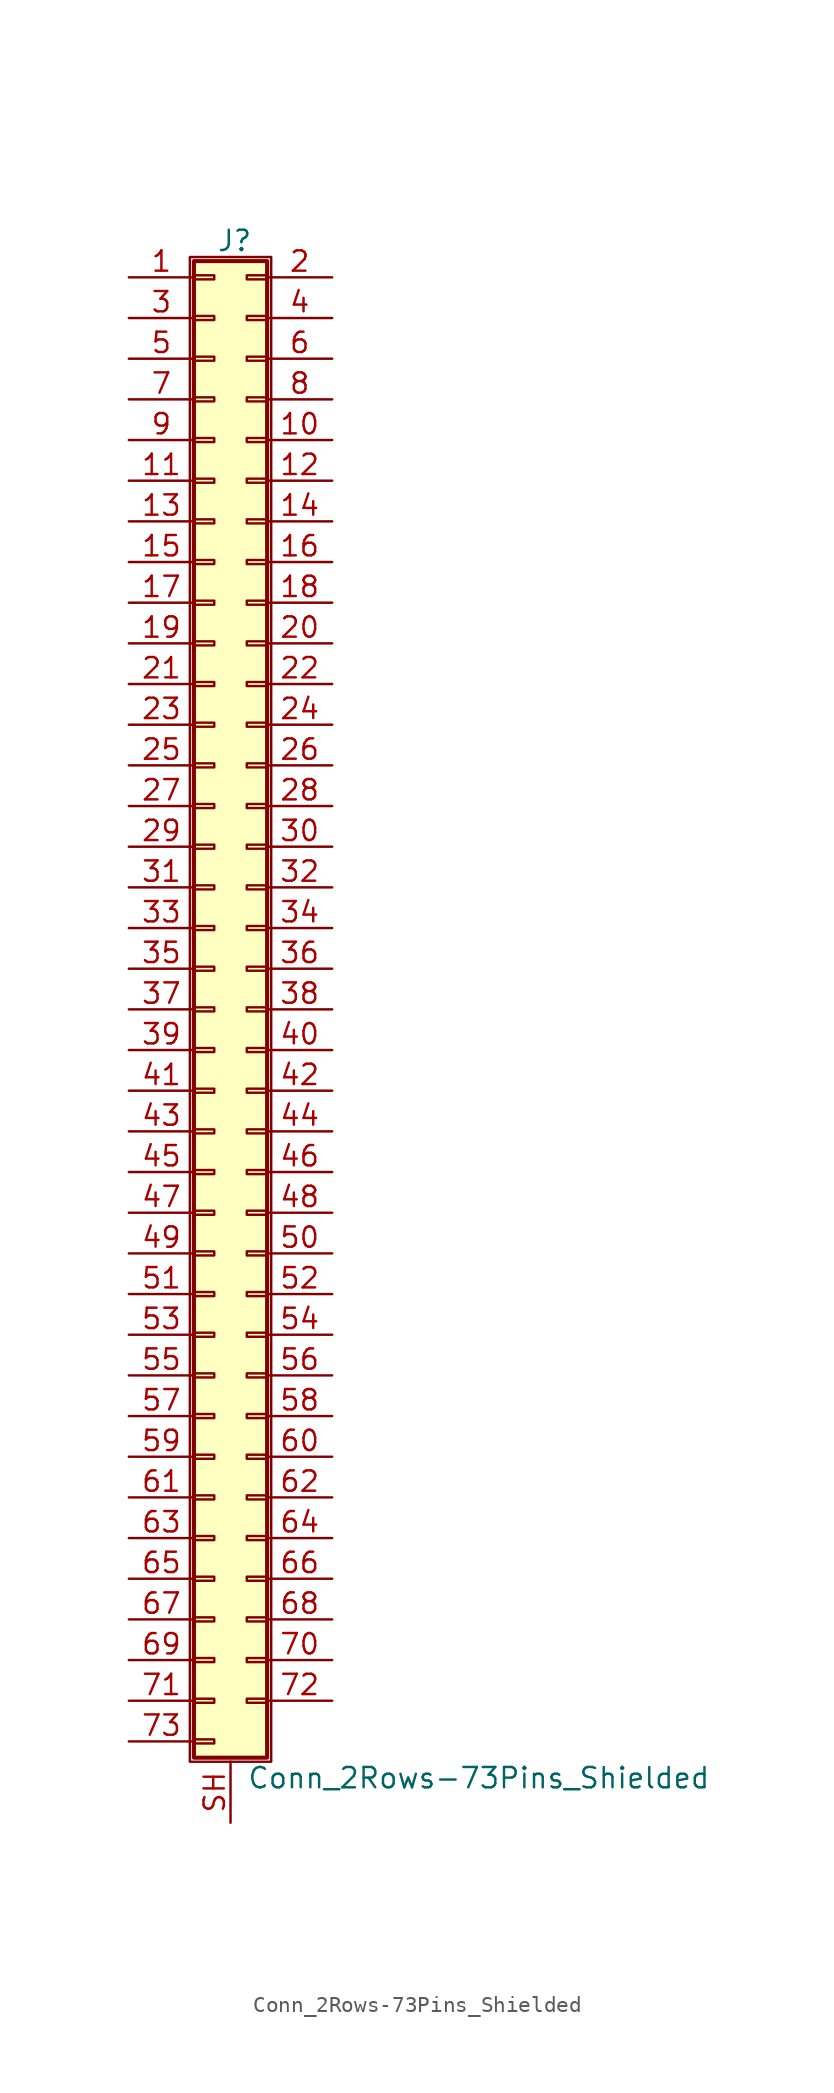
<source format=kicad_sym>
(kicad_symbol_lib
  (version 20211014)
  (generator kicad_symbol_editor)
  (symbol "Conn_2Rows-73Pins_Shielded"
    (pin_names
      (offset 1.016) hide)
    (property "Reference" "J"
      (at 1.524 48.006 0)
      (effects (font (size 1.27 1.27))))
    (property "Value" "Conn_2Rows-73Pins_Shielded"
      (at 2.286 -48.006 0)
      (effects (font (size 1.27 1.27)) (justify left)))
    (symbol "Conn_2Rows-73Pins_Shielded_1_1"
      (rectangle (start -1.27 46.99) (end 3.81 -46.99) (stroke (width 0.152) (type default) (color 0 0 0 0)) (fill (type none)))
      (rectangle (start -1.016 -45.593) (end 0.254 -45.847) (stroke (width 0.152) (type default) (color 0 0 0 0)) (fill (type none)))
      (rectangle (start -1.016 -43.053) (end 0.254 -43.307) (stroke (width 0.152) (type default) (color 0 0 0 0)) (fill (type none)))
      (rectangle (start -1.016 -40.513) (end 0.254 -40.767) (stroke (width 0.152) (type default) (color 0 0 0 0)) (fill (type none)))
      (rectangle (start -1.016 -37.973) (end 0.254 -38.227) (stroke (width 0.152) (type default) (color 0 0 0 0)) (fill (type none)))
      (rectangle (start -1.016 -35.433) (end 0.254 -35.687) (stroke (width 0.152) (type default) (color 0 0 0 0)) (fill (type none)))
      (rectangle (start -1.016 -32.893) (end 0.254 -33.147) (stroke (width 0.152) (type default) (color 0 0 0 0)) (fill (type none)))
      (rectangle (start -1.016 -30.353) (end 0.254 -30.607) (stroke (width 0.152) (type default) (color 0 0 0 0)) (fill (type none)))
      (rectangle (start -1.016 -27.813) (end 0.254 -28.067) (stroke (width 0.152) (type default) (color 0 0 0 0)) (fill (type none)))
      (rectangle (start -1.016 -25.273) (end 0.254 -25.527) (stroke (width 0.152) (type default) (color 0 0 0 0)) (fill (type none)))
      (rectangle (start -1.016 -22.733) (end 0.254 -22.987) (stroke (width 0.152) (type default) (color 0 0 0 0)) (fill (type none)))
      (rectangle (start -1.016 -20.193) (end 0.254 -20.447) (stroke (width 0.152) (type default) (color 0 0 0 0)) (fill (type none)))
      (rectangle (start -1.016 -17.653) (end 0.254 -17.907) (stroke (width 0.152) (type default) (color 0 0 0 0)) (fill (type none)))
      (rectangle (start -1.016 -15.113) (end 0.254 -15.367) (stroke (width 0.152) (type default) (color 0 0 0 0)) (fill (type none)))
      (rectangle (start -1.016 -12.573) (end 0.254 -12.827) (stroke (width 0.152) (type default) (color 0 0 0 0)) (fill (type none)))
      (rectangle (start -1.016 -10.033) (end 0.254 -10.287) (stroke (width 0.152) (type default) (color 0 0 0 0)) (fill (type none)))
      (rectangle (start -1.016 -7.493) (end 0.254 -7.747) (stroke (width 0.152) (type default) (color 0 0 0 0)) (fill (type none)))
      (rectangle (start -1.016 -4.953) (end 0.254 -5.207) (stroke (width 0.152) (type default) (color 0 0 0 0)) (fill (type none)))
      (rectangle (start -1.016 -2.413) (end 0.254 -2.667) (stroke (width 0.152) (type default) (color 0 0 0 0)) (fill (type none)))
      (rectangle (start -1.016 0.127) (end 0.254 -0.127) (stroke (width 0.152) (type default) (color 0 0 0 0)) (fill (type none)))
      (rectangle (start -1.016 2.667) (end 0.254 2.413) (stroke (width 0.152) (type default) (color 0 0 0 0)) (fill (type none)))
      (rectangle (start -1.016 5.207) (end 0.254 4.953) (stroke (width 0.152) (type default) (color 0 0 0 0)) (fill (type none)))
      (rectangle (start -1.016 7.747) (end 0.254 7.493) (stroke (width 0.152) (type default) (color 0 0 0 0)) (fill (type none)))
      (rectangle (start -1.016 10.287) (end 0.254 10.033) (stroke (width 0.152) (type default) (color 0 0 0 0)) (fill (type none)))
      (rectangle (start -1.016 12.827) (end 0.254 12.573) (stroke (width 0.152) (type default) (color 0 0 0 0)) (fill (type none)))
      (rectangle (start -1.016 15.367) (end 0.254 15.113) (stroke (width 0.152) (type default) (color 0 0 0 0)) (fill (type none)))
      (rectangle (start -1.016 17.907) (end 0.254 17.653) (stroke (width 0.152) (type default) (color 0 0 0 0)) (fill (type none)))
      (rectangle (start -1.016 20.447) (end 0.254 20.193) (stroke (width 0.152) (type default) (color 0 0 0 0)) (fill (type none)))
      (rectangle (start -1.016 22.987) (end 0.254 22.733) (stroke (width 0.152) (type default) (color 0 0 0 0)) (fill (type none)))
      (rectangle (start -1.016 25.527) (end 0.254 25.273) (stroke (width 0.152) (type default) (color 0 0 0 0)) (fill (type none)))
      (rectangle (start -1.016 28.067) (end 0.254 27.813) (stroke (width 0.152) (type default) (color 0 0 0 0)) (fill (type none)))
      (rectangle (start -1.016 30.607) (end 0.254 30.353) (stroke (width 0.152) (type default) (color 0 0 0 0)) (fill (type none)))
      (rectangle (start -1.016 33.147) (end 0.254 32.893) (stroke (width 0.152) (type default) (color 0 0 0 0)) (fill (type none)))
      (rectangle (start -1.016 35.687) (end 0.254 35.433) (stroke (width 0.152) (type default) (color 0 0 0 0)) (fill (type none)))
      (rectangle (start -1.016 38.227) (end 0.254 37.973) (stroke (width 0.152) (type default) (color 0 0 0 0)) (fill (type none)))
      (rectangle (start -1.016 40.767) (end 0.254 40.513) (stroke (width 0.152) (type default) (color 0 0 0 0)) (fill (type none)))
      (rectangle (start -1.016 43.307) (end 0.254 43.053) (stroke (width 0.152) (type default) (color 0 0 0 0)) (fill (type none)))
      (rectangle (start -1.016 45.847) (end 0.254 45.593) (stroke (width 0.152) (type default) (color 0 0 0 0)) (fill (type none)))
      (rectangle (start -1.016 46.736) (end 3.556 -46.736) (stroke (width 0.254) (type default) (color 0 0 0 0)) (fill (type background)))
      (rectangle (start 3.556 -43.053) (end 2.286 -43.307) (stroke (width 0.152) (type default) (color 0 0 0 0)) (fill (type none)))
      (rectangle (start 3.556 -40.513) (end 2.286 -40.767) (stroke (width 0.152) (type default) (color 0 0 0 0)) (fill (type none)))
      (rectangle (start 3.556 -37.973) (end 2.286 -38.227) (stroke (width 0.152) (type default) (color 0 0 0 0)) (fill (type none)))
      (rectangle (start 3.556 -35.433) (end 2.286 -35.687) (stroke (width 0.152) (type default) (color 0 0 0 0)) (fill (type none)))
      (rectangle (start 3.556 -32.893) (end 2.286 -33.147) (stroke (width 0.152) (type default) (color 0 0 0 0)) (fill (type none)))
      (rectangle (start 3.556 -30.353) (end 2.286 -30.607) (stroke (width 0.152) (type default) (color 0 0 0 0)) (fill (type none)))
      (rectangle (start 3.556 -27.813) (end 2.286 -28.067) (stroke (width 0.152) (type default) (color 0 0 0 0)) (fill (type none)))
      (rectangle (start 3.556 -25.273) (end 2.286 -25.527) (stroke (width 0.152) (type default) (color 0 0 0 0)) (fill (type none)))
      (rectangle (start 3.556 -22.733) (end 2.286 -22.987) (stroke (width 0.152) (type default) (color 0 0 0 0)) (fill (type none)))
      (rectangle (start 3.556 -20.193) (end 2.286 -20.447) (stroke (width 0.152) (type default) (color 0 0 0 0)) (fill (type none)))
      (rectangle (start 3.556 -17.653) (end 2.286 -17.907) (stroke (width 0.152) (type default) (color 0 0 0 0)) (fill (type none)))
      (rectangle (start 3.556 -15.113) (end 2.286 -15.367) (stroke (width 0.152) (type default) (color 0 0 0 0)) (fill (type none)))
      (rectangle (start 3.556 -12.573) (end 2.286 -12.827) (stroke (width 0.152) (type default) (color 0 0 0 0)) (fill (type none)))
      (rectangle (start 3.556 -10.033) (end 2.286 -10.287) (stroke (width 0.152) (type default) (color 0 0 0 0)) (fill (type none)))
      (rectangle (start 3.556 -7.493) (end 2.286 -7.747) (stroke (width 0.152) (type default) (color 0 0 0 0)) (fill (type none)))
      (rectangle (start 3.556 -4.953) (end 2.286 -5.207) (stroke (width 0.152) (type default) (color 0 0 0 0)) (fill (type none)))
      (rectangle (start 3.556 -2.413) (end 2.286 -2.667) (stroke (width 0.152) (type default) (color 0 0 0 0)) (fill (type none)))
      (rectangle (start 3.556 0.127) (end 2.286 -0.127) (stroke (width 0.152) (type default) (color 0 0 0 0)) (fill (type none)))
      (rectangle (start 3.556 2.667) (end 2.286 2.413) (stroke (width 0.152) (type default) (color 0 0 0 0)) (fill (type none)))
      (rectangle (start 3.556 5.207) (end 2.286 4.953) (stroke (width 0.152) (type default) (color 0 0 0 0)) (fill (type none)))
      (rectangle (start 3.556 7.747) (end 2.286 7.493) (stroke (width 0.152) (type default) (color 0 0 0 0)) (fill (type none)))
      (rectangle (start 3.556 10.287) (end 2.286 10.033) (stroke (width 0.152) (type default) (color 0 0 0 0)) (fill (type none)))
      (rectangle (start 3.556 12.827) (end 2.286 12.573) (stroke (width 0.152) (type default) (color 0 0 0 0)) (fill (type none)))
      (rectangle (start 3.556 15.367) (end 2.286 15.113) (stroke (width 0.152) (type default) (color 0 0 0 0)) (fill (type none)))
      (rectangle (start 3.556 17.907) (end 2.286 17.653) (stroke (width 0.152) (type default) (color 0 0 0 0)) (fill (type none)))
      (rectangle (start 3.556 20.447) (end 2.286 20.193) (stroke (width 0.152) (type default) (color 0 0 0 0)) (fill (type none)))
      (rectangle (start 3.556 22.987) (end 2.286 22.733) (stroke (width 0.152) (type default) (color 0 0 0 0)) (fill (type none)))
      (rectangle (start 3.556 25.527) (end 2.286 25.273) (stroke (width 0.152) (type default) (color 0 0 0 0)) (fill (type none)))
      (rectangle (start 3.556 28.067) (end 2.286 27.813) (stroke (width 0.152) (type default) (color 0 0 0 0)) (fill (type none)))
      (rectangle (start 3.556 30.607) (end 2.286 30.353) (stroke (width 0.152) (type default) (color 0 0 0 0)) (fill (type none)))
      (rectangle (start 3.556 33.147) (end 2.286 32.893) (stroke (width 0.152) (type default) (color 0 0 0 0)) (fill (type none)))
      (rectangle (start 3.556 35.687) (end 2.286 35.433) (stroke (width 0.152) (type default) (color 0 0 0 0)) (fill (type none)))
      (rectangle (start 3.556 38.227) (end 2.286 37.973) (stroke (width 0.152) (type default) (color 0 0 0 0)) (fill (type none)))
      (rectangle (start 3.556 40.767) (end 2.286 40.513) (stroke (width 0.152) (type default) (color 0 0 0 0)) (fill (type none)))
      (rectangle (start 3.556 43.307) (end 2.286 43.053) (stroke (width 0.152) (type default) (color 0 0 0 0)) (fill (type none)))
      (rectangle (start 3.556 45.847) (end 2.286 45.593) (stroke (width 0.152) (type default) (color 0 0 0 0)) (fill (type none)))
      (pin passive line (at -5.08 45.72 0) (length 4.064) (name "Pin_1" (effects (font (size 1.27 1.27)))) (number "1" (effects (font (size 1.27 1.27)))))
      (pin passive line (at 7.62 35.56 180) (length 4.064) (name "Pin_10" (effects (font (size 1.27 1.27)))) (number "10" (effects (font (size 1.27 1.27)))))
      (pin passive line (at -5.08 33.02 0) (length 4.064) (name "Pin_11" (effects (font (size 1.27 1.27)))) (number "11" (effects (font (size 1.27 1.27)))))
      (pin passive line (at 7.62 33.02 180) (length 4.064) (name "Pin_12" (effects (font (size 1.27 1.27)))) (number "12" (effects (font (size 1.27 1.27)))))
      (pin passive line (at -5.08 30.48 0) (length 4.064) (name "Pin_13" (effects (font (size 1.27 1.27)))) (number "13" (effects (font (size 1.27 1.27)))))
      (pin passive line (at 7.62 30.48 180) (length 4.064) (name "Pin_14" (effects (font (size 1.27 1.27)))) (number "14" (effects (font (size 1.27 1.27)))))
      (pin passive line (at -5.08 27.94 0) (length 4.064) (name "Pin_15" (effects (font (size 1.27 1.27)))) (number "15" (effects (font (size 1.27 1.27)))))
      (pin passive line (at 7.62 27.94 180) (length 4.064) (name "Pin_16" (effects (font (size 1.27 1.27)))) (number "16" (effects (font (size 1.27 1.27)))))
      (pin passive line (at -5.08 25.4 0) (length 4.064) (name "Pin_17" (effects (font (size 1.27 1.27)))) (number "17" (effects (font (size 1.27 1.27)))))
      (pin passive line (at 7.62 25.4 180) (length 4.064) (name "Pin_18" (effects (font (size 1.27 1.27)))) (number "18" (effects (font (size 1.27 1.27)))))
      (pin passive line (at -5.08 22.86 0) (length 4.064) (name "Pin_19" (effects (font (size 1.27 1.27)))) (number "19" (effects (font (size 1.27 1.27)))))
      (pin passive line (at 7.62 45.72 180) (length 4.064) (name "Pin_2" (effects (font (size 1.27 1.27)))) (number "2" (effects (font (size 1.27 1.27)))))
      (pin passive line (at 7.62 22.86 180) (length 4.064) (name "Pin_20" (effects (font (size 1.27 1.27)))) (number "20" (effects (font (size 1.27 1.27)))))
      (pin passive line (at -5.08 20.32 0) (length 4.064) (name "Pin_21" (effects (font (size 1.27 1.27)))) (number "21" (effects (font (size 1.27 1.27)))))
      (pin passive line (at 7.62 20.32 180) (length 4.064) (name "Pin_22" (effects (font (size 1.27 1.27)))) (number "22" (effects (font (size 1.27 1.27)))))
      (pin passive line (at -5.08 17.78 0) (length 4.064) (name "Pin_23" (effects (font (size 1.27 1.27)))) (number "23" (effects (font (size 1.27 1.27)))))
      (pin passive line (at 7.62 17.78 180) (length 4.064) (name "Pin_24" (effects (font (size 1.27 1.27)))) (number "24" (effects (font (size 1.27 1.27)))))
      (pin passive line (at -5.08 15.24 0) (length 4.064) (name "Pin_25" (effects (font (size 1.27 1.27)))) (number "25" (effects (font (size 1.27 1.27)))))
      (pin passive line (at 7.62 15.24 180) (length 4.064) (name "Pin_26" (effects (font (size 1.27 1.27)))) (number "26" (effects (font (size 1.27 1.27)))))
      (pin passive line (at -5.08 12.7 0) (length 4.064) (name "Pin_27" (effects (font (size 1.27 1.27)))) (number "27" (effects (font (size 1.27 1.27)))))
      (pin passive line (at 7.62 12.7 180) (length 4.064) (name "Pin_28" (effects (font (size 1.27 1.27)))) (number "28" (effects (font (size 1.27 1.27)))))
      (pin passive line (at -5.08 10.16 0) (length 4.064) (name "Pin_29" (effects (font (size 1.27 1.27)))) (number "29" (effects (font (size 1.27 1.27)))))
      (pin passive line (at -5.08 43.18 0) (length 4.064) (name "Pin_3" (effects (font (size 1.27 1.27)))) (number "3" (effects (font (size 1.27 1.27)))))
      (pin passive line (at 7.62 10.16 180) (length 4.064) (name "Pin_30" (effects (font (size 1.27 1.27)))) (number "30" (effects (font (size 1.27 1.27)))))
      (pin passive line (at -5.08 7.62 0) (length 4.064) (name "Pin_31" (effects (font (size 1.27 1.27)))) (number "31" (effects (font (size 1.27 1.27)))))
      (pin passive line (at 7.62 7.62 180) (length 4.064) (name "Pin_32" (effects (font (size 1.27 1.27)))) (number "32" (effects (font (size 1.27 1.27)))))
      (pin passive line (at -5.08 5.08 0) (length 4.064) (name "Pin_33" (effects (font (size 1.27 1.27)))) (number "33" (effects (font (size 1.27 1.27)))))
      (pin passive line (at 7.62 5.08 180) (length 4.064) (name "Pin_34" (effects (font (size 1.27 1.27)))) (number "34" (effects (font (size 1.27 1.27)))))
      (pin passive line (at -5.08 2.54 0) (length 4.064) (name "Pin_35" (effects (font (size 1.27 1.27)))) (number "35" (effects (font (size 1.27 1.27)))))
      (pin passive line (at 7.62 2.54 180) (length 4.064) (name "Pin_36" (effects (font (size 1.27 1.27)))) (number "36" (effects (font (size 1.27 1.27)))))
      (pin passive line (at -5.08 0 0) (length 4.064) (name "Pin_37" (effects (font (size 1.27 1.27)))) (number "37" (effects (font (size 1.27 1.27)))))
      (pin passive line (at 7.62 0 180) (length 4.064) (name "Pin_38" (effects (font (size 1.27 1.27)))) (number "38" (effects (font (size 1.27 1.27)))))
      (pin passive line (at -5.08 -2.54 0) (length 4.064) (name "Pin_39" (effects (font (size 1.27 1.27)))) (number "39" (effects (font (size 1.27 1.27)))))
      (pin passive line (at 7.62 43.18 180) (length 4.064) (name "Pin_4" (effects (font (size 1.27 1.27)))) (number "4" (effects (font (size 1.27 1.27)))))
      (pin passive line (at 7.62 -2.54 180) (length 4.064) (name "Pin_40" (effects (font (size 1.27 1.27)))) (number "40" (effects (font (size 1.27 1.27)))))
      (pin passive line (at -5.08 -5.08 0) (length 4.064) (name "Pin_41" (effects (font (size 1.27 1.27)))) (number "41" (effects (font (size 1.27 1.27)))))
      (pin passive line (at 7.62 -5.08 180) (length 4.064) (name "Pin_42" (effects (font (size 1.27 1.27)))) (number "42" (effects (font (size 1.27 1.27)))))
      (pin passive line (at -5.08 -7.62 0) (length 4.064) (name "Pin_43" (effects (font (size 1.27 1.27)))) (number "43" (effects (font (size 1.27 1.27)))))
      (pin passive line (at 7.62 -7.62 180) (length 4.064) (name "Pin_44" (effects (font (size 1.27 1.27)))) (number "44" (effects (font (size 1.27 1.27)))))
      (pin passive line (at -5.08 -10.16 0) (length 4.064) (name "Pin_45" (effects (font (size 1.27 1.27)))) (number "45" (effects (font (size 1.27 1.27)))))
      (pin passive line (at 7.62 -10.16 180) (length 4.064) (name "Pin_46" (effects (font (size 1.27 1.27)))) (number "46" (effects (font (size 1.27 1.27)))))
      (pin passive line (at -5.08 -12.7 0) (length 4.064) (name "Pin_47" (effects (font (size 1.27 1.27)))) (number "47" (effects (font (size 1.27 1.27)))))
      (pin passive line (at 7.62 -12.7 180) (length 4.064) (name "Pin_48" (effects (font (size 1.27 1.27)))) (number "48" (effects (font (size 1.27 1.27)))))
      (pin passive line (at -5.08 -15.24 0) (length 4.064) (name "Pin_49" (effects (font (size 1.27 1.27)))) (number "49" (effects (font (size 1.27 1.27)))))
      (pin passive line (at -5.08 40.64 0) (length 4.064) (name "Pin_5" (effects (font (size 1.27 1.27)))) (number "5" (effects (font (size 1.27 1.27)))))
      (pin passive line (at 7.62 -15.24 180) (length 4.064) (name "Pin_50" (effects (font (size 1.27 1.27)))) (number "50" (effects (font (size 1.27 1.27)))))
      (pin passive line (at -5.08 -17.78 0) (length 4.064) (name "Pin_51" (effects (font (size 1.27 1.27)))) (number "51" (effects (font (size 1.27 1.27)))))
      (pin passive line (at 7.62 -17.78 180) (length 4.064) (name "Pin_52" (effects (font (size 1.27 1.27)))) (number "52" (effects (font (size 1.27 1.27)))))
      (pin passive line (at -5.08 -20.32 0) (length 4.064) (name "Pin_53" (effects (font (size 1.27 1.27)))) (number "53" (effects (font (size 1.27 1.27)))))
      (pin passive line (at 7.62 -20.32 180) (length 4.064) (name "Pin_54" (effects (font (size 1.27 1.27)))) (number "54" (effects (font (size 1.27 1.27)))))
      (pin passive line (at -5.08 -22.86 0) (length 4.064) (name "Pin_55" (effects (font (size 1.27 1.27)))) (number "55" (effects (font (size 1.27 1.27)))))
      (pin passive line (at 7.62 -22.86 180) (length 4.064) (name "Pin_56" (effects (font (size 1.27 1.27)))) (number "56" (effects (font (size 1.27 1.27)))))
      (pin passive line (at -5.08 -25.4 0) (length 4.064) (name "Pin_57" (effects (font (size 1.27 1.27)))) (number "57" (effects (font (size 1.27 1.27)))))
      (pin passive line (at 7.62 -25.4 180) (length 4.064) (name "Pin_58" (effects (font (size 1.27 1.27)))) (number "58" (effects (font (size 1.27 1.27)))))
      (pin passive line (at -5.08 -27.94 0) (length 4.064) (name "Pin_59" (effects (font (size 1.27 1.27)))) (number "59" (effects (font (size 1.27 1.27)))))
      (pin passive line (at 7.62 40.64 180) (length 4.064) (name "Pin_6" (effects (font (size 1.27 1.27)))) (number "6" (effects (font (size 1.27 1.27)))))
      (pin passive line (at 7.62 -27.94 180) (length 4.064) (name "Pin_60" (effects (font (size 1.27 1.27)))) (number "60" (effects (font (size 1.27 1.27)))))
      (pin passive line (at -5.08 -30.48 0) (length 4.064) (name "Pin_61" (effects (font (size 1.27 1.27)))) (number "61" (effects (font (size 1.27 1.27)))))
      (pin passive line (at 7.62 -30.48 180) (length 4.064) (name "Pin_62" (effects (font (size 1.27 1.27)))) (number "62" (effects (font (size 1.27 1.27)))))
      (pin passive line (at -5.08 -33.02 0) (length 4.064) (name "Pin_63" (effects (font (size 1.27 1.27)))) (number "63" (effects (font (size 1.27 1.27)))))
      (pin passive line (at 7.62 -33.02 180) (length 4.064) (name "Pin_64" (effects (font (size 1.27 1.27)))) (number "64" (effects (font (size 1.27 1.27)))))
      (pin passive line (at -5.08 -35.56 0) (length 4.064) (name "Pin_65" (effects (font (size 1.27 1.27)))) (number "65" (effects (font (size 1.27 1.27)))))
      (pin passive line (at 7.62 -35.56 180) (length 4.064) (name "Pin_66" (effects (font (size 1.27 1.27)))) (number "66" (effects (font (size 1.27 1.27)))))
      (pin passive line (at -5.08 -38.1 0) (length 4.064) (name "Pin_67" (effects (font (size 1.27 1.27)))) (number "67" (effects (font (size 1.27 1.27)))))
      (pin passive line (at 7.62 -38.1 180) (length 4.064) (name "Pin_68" (effects (font (size 1.27 1.27)))) (number "68" (effects (font (size 1.27 1.27)))))
      (pin passive line (at -5.08 -40.64 0) (length 4.064) (name "Pin_69" (effects (font (size 1.27 1.27)))) (number "69" (effects (font (size 1.27 1.27)))))
      (pin passive line (at -5.08 38.1 0) (length 4.064) (name "Pin_7" (effects (font (size 1.27 1.27)))) (number "7" (effects (font (size 1.27 1.27)))))
      (pin passive line (at 7.62 -40.64 180) (length 4.064) (name "Pin_70" (effects (font (size 1.27 1.27)))) (number "70" (effects (font (size 1.27 1.27)))))
      (pin passive line (at -5.08 -43.18 0) (length 4.064) (name "Pin_71" (effects (font (size 1.27 1.27)))) (number "71" (effects (font (size 1.27 1.27)))))
      (pin passive line (at 7.62 -43.18 180) (length 4.064) (name "Pin_72" (effects (font (size 1.27 1.27)))) (number "72" (effects (font (size 1.27 1.27)))))
      (pin passive line (at -5.08 -45.72 0) (length 4.064) (name "Pin_73" (effects (font (size 1.27 1.27)))) (number "73" (effects (font (size 1.27 1.27)))))
      (pin passive line (at 7.62 38.1 180) (length 4.064) (name "Pin_8" (effects (font (size 1.27 1.27)))) (number "8" (effects (font (size 1.27 1.27)))))
      (pin passive line (at -5.08 35.56 0) (length 4.064) (name "Pin_9" (effects (font (size 1.27 1.27)))) (number "9" (effects (font (size 1.27 1.27)))))
      (pin passive line (at 1.27 -50.8 90) (length 3.81) (name "Shield" (effects (font (size 1.27 1.27)))) (number "SH" (effects (font (size 1.27 1.27))))))))
</source>
